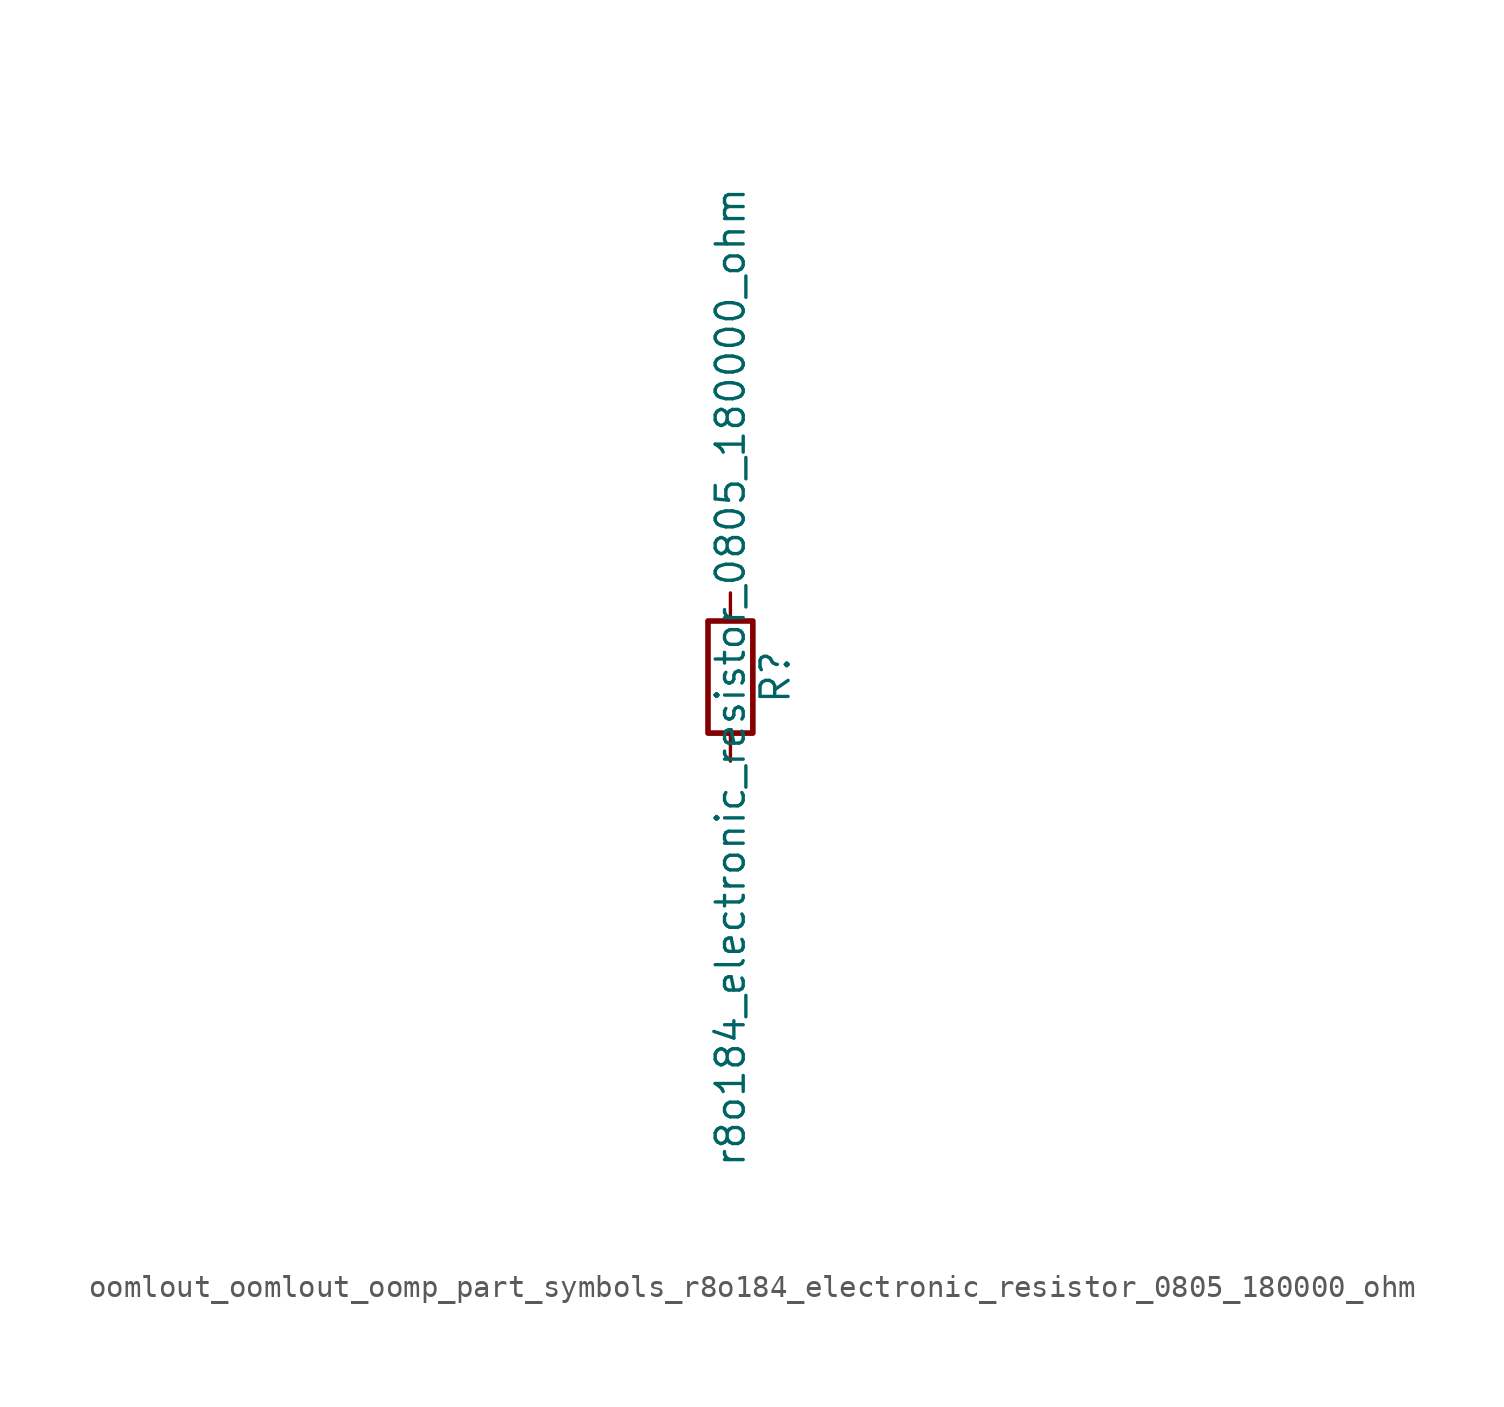
<source format=kicad_sym>
(kicad_symbol_lib
  (version 20220914)
  (generator kicad_symbol_editor)
  (symbol "oomlout_oomlout_oomp_part_symbols_r8o184_electronic_resistor_0805_180000_ohm"
    (pin_numbers hide)
    (pin_names
      (offset 0))
    (property "Reference" "R"
      (at 2.032 0 90)
      (effects (font (size 1.27 1.27))))
    (property "Value" "r8o184_electronic_resistor_0805_180000_ohm"
      (at 0 0 90)
      (effects (font (size 1.27 1.27))))
    (symbol "oomlout_oomlout_oomp_part_symbols_r8o184_electronic_resistor_0805_180000_ohm_0_1"
      (rectangle (start -1.016 -2.54) (end 1.016 2.54) (stroke (width 0.254) (type default)) (fill (type none))))
    (symbol "oomlout_oomlout_oomp_part_symbols_r8o184_electronic_resistor_0805_180000_ohm_1_1"
      (pin passive line (at 0 3.81 270) (length 1.27) (name "~" (effects (font (size 1.27 1.27)))) (number "1" (effects (font (size 1.27 1.27)))))
      (pin passive line (at 0 -3.81 90) (length 1.27) (name "~" (effects (font (size 1.27 1.27)))) (number "2" (effects (font (size 1.27 1.27))))))))
</source>
